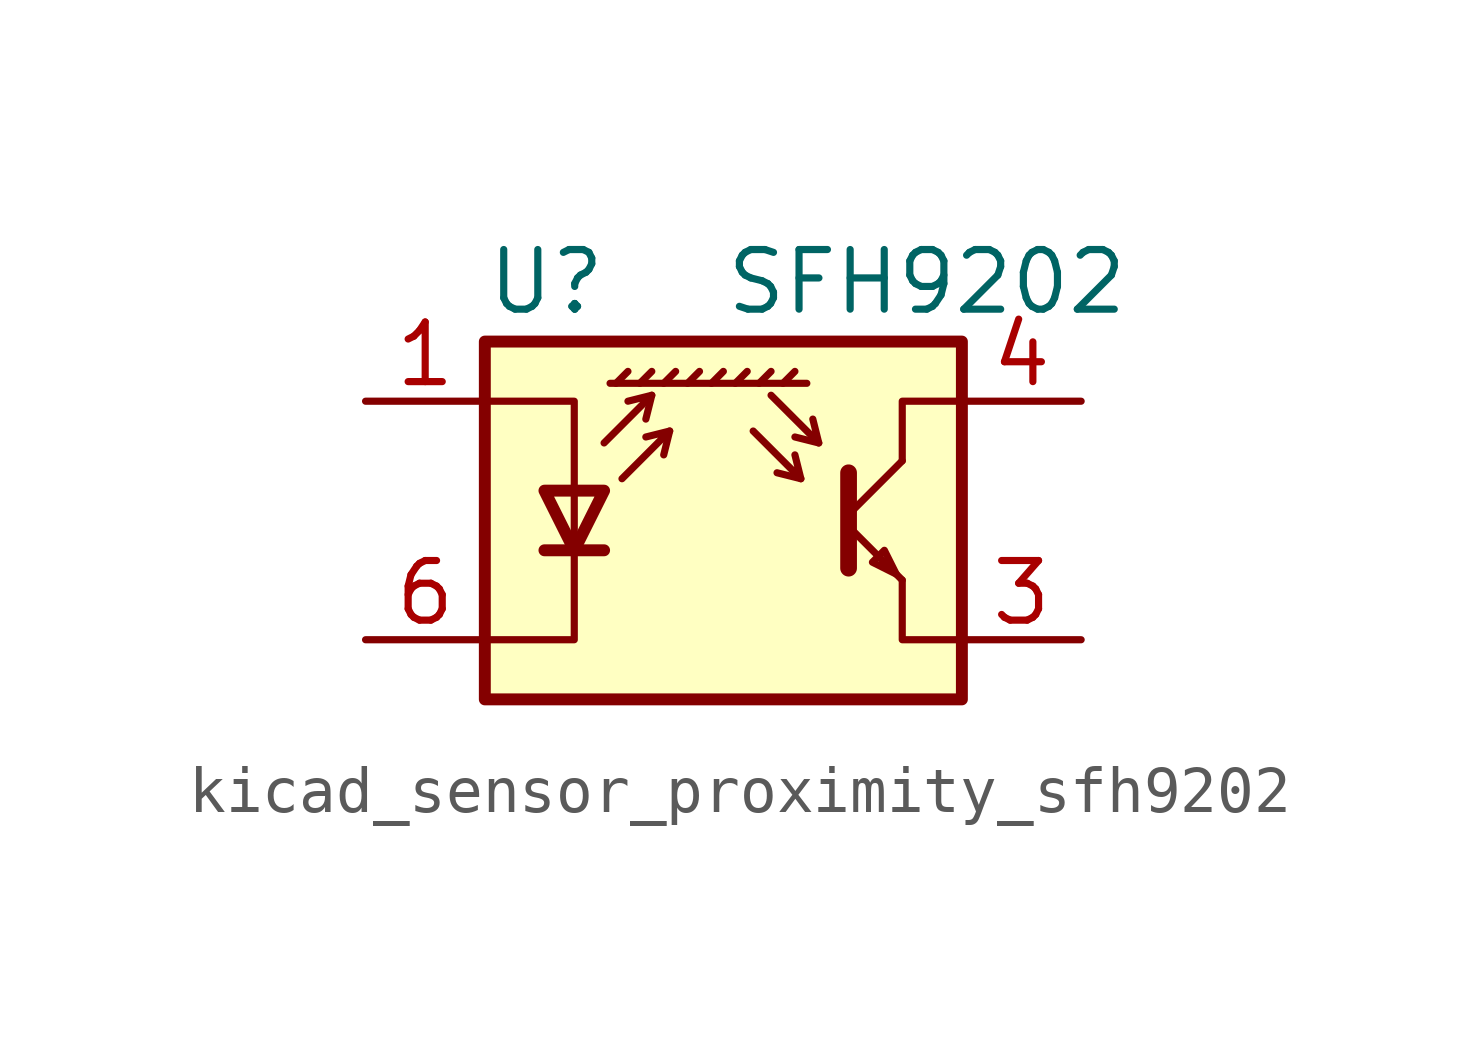
<source format=kicad_sym>
(kicad_symbol_lib
  (version 20220914)
  (generator kicad_symbol_editor)
  (symbol "kicad_sensor_proximity_sfh9202"
    (pin_names
      (offset 0.025) hide)
    (property "Reference" "U"
      (at -5.08 5.08 0)
      (effects (font (size 1.27 1.27)) (justify left)))
    (property "Value" "SFH9202"
      (at 0 5.08 0)
      (effects (font (size 1.27 1.27)) (justify left)))
    (symbol "kicad_sensor_proximity_sfh9202_0_1"
      (polyline (pts (xy -3.81 -0.635) (xy -2.54 -0.635)) (stroke (width 0.254) (type default)) (fill (type none)))
      (polyline (pts (xy -2.286 2.921) (xy -2.032 3.175)) (stroke (width 0) (type default)) (fill (type none)))
      (polyline (pts (xy -1.778 2.921) (xy -1.524 3.175)) (stroke (width 0) (type default)) (fill (type none)))
      (polyline (pts (xy -1.524 2.667) (xy -1.651 2.159)) (stroke (width 0) (type default)) (fill (type none)))
      (polyline (pts (xy -1.27 2.921) (xy -1.016 3.175)) (stroke (width 0) (type default)) (fill (type none)))
      (polyline (pts (xy -1.143 1.905) (xy -1.27 1.397)) (stroke (width 0) (type default)) (fill (type none)))
      (polyline (pts (xy -0.762 2.921) (xy -0.508 3.175)) (stroke (width 0) (type default)) (fill (type none)))
      (polyline (pts (xy -0.254 2.921) (xy 0 3.175)) (stroke (width 0) (type default)) (fill (type none)))
      (polyline (pts (xy 0.254 2.921) (xy 0.508 3.175)) (stroke (width 0) (type default)) (fill (type none)))
      (polyline (pts (xy 0.762 2.921) (xy 1.016 3.175)) (stroke (width 0) (type default)) (fill (type none)))
      (polyline (pts (xy 1.27 2.921) (xy 1.524 3.175)) (stroke (width 0) (type default)) (fill (type none)))
      (polyline (pts (xy 1.651 0.889) (xy 1.143 1.016)) (stroke (width 0) (type default)) (fill (type none)))
      (polyline (pts (xy 1.778 2.921) (xy -2.413 2.921)) (stroke (width 0) (type default)) (fill (type none)))
      (polyline (pts (xy 2.032 1.651) (xy 1.524 1.778)) (stroke (width 0) (type default)) (fill (type none)))
      (polyline (pts (xy 2.667 -0.127) (xy 3.81 -1.27)) (stroke (width 0) (type default)) (fill (type none)))
      (polyline (pts (xy 2.667 0.127) (xy 3.81 1.27)) (stroke (width 0) (type default)) (fill (type none)))
      (polyline (pts (xy -2.54 1.651) (xy -1.524 2.667) (xy -2.032 2.54)) (stroke (width 0) (type default)) (fill (type none)))
      (polyline (pts (xy -2.159 0.889) (xy -1.143 1.905) (xy -1.651 1.778)) (stroke (width 0) (type default)) (fill (type none)))
      (polyline (pts (xy 0.635 1.905) (xy 1.651 0.889) (xy 1.524 1.397)) (stroke (width 0) (type default)) (fill (type none)))
      (polyline (pts (xy 1.016 2.667) (xy 2.032 1.651) (xy 1.905 2.159)) (stroke (width 0) (type default)) (fill (type none)))
      (polyline (pts (xy 2.667 1.016) (xy 2.667 -1.016) (xy 2.667 -1.016)) (stroke (width 0.356) (type default)) (fill (type none)))
      (polyline (pts (xy 3.81 -1.27) (xy 3.81 -2.54) (xy 5.08 -2.54)) (stroke (width 0) (type default)) (fill (type none)))
      (polyline (pts (xy 3.81 1.27) (xy 3.81 2.54) (xy 5.08 2.54)) (stroke (width 0) (type default)) (fill (type none)))
      (polyline (pts (xy -5.08 -2.54) (xy -3.175 -2.54) (xy -3.175 2.54) (xy -5.08 2.54)) (stroke (width 0) (type default)) (fill (type none)))
      (polyline (pts (xy -3.175 -0.635) (xy -3.81 0.635) (xy -2.54 0.635) (xy -3.175 -0.635)) (stroke (width 0.254) (type default)) (fill (type none)))
      (polyline (pts (xy 3.683 -1.143) (xy 3.429 -0.635) (xy 3.175 -0.889) (xy 3.683 -1.143)) (stroke (width 0) (type default)) (fill (type none)))
      (polyline (pts (xy -5.08 -3.81) (xy 5.08 -3.81) (xy 5.08 3.81) (xy -5.08 3.81) (xy -5.08 -3.81)) (stroke (width 0.254) (type default)) (fill (type background))))
    (symbol "kicad_sensor_proximity_sfh9202_1_1"
      (pin passive line (at -7.62 2.54 0) (length 2.54) (name "A" (effects (font (size 1.27 1.27)))) (number "1" (effects (font (size 1.27 1.27)))))
      (pin no_connect line (at -5.08 0 0) (length 2.54) hide (name "NC" (effects (font (size 1.27 1.27)))) (number "2" (effects (font (size 1.27 1.27)))))
      (pin open_emitter line (at 7.62 -2.54 180) (length 2.54) (name "E" (effects (font (size 1.27 1.27)))) (number "3" (effects (font (size 1.27 1.27)))))
      (pin open_collector line (at 7.62 2.54 180) (length 2.54) (name "C" (effects (font (size 1.27 1.27)))) (number "4" (effects (font (size 1.27 1.27)))))
      (pin no_connect line (at 5.08 0 180) (length 2.54) hide (name "NC" (effects (font (size 1.27 1.27)))) (number "5" (effects (font (size 1.27 1.27)))))
      (pin passive line (at -7.62 -2.54 0) (length 2.54) (name "K" (effects (font (size 1.27 1.27)))) (number "6" (effects (font (size 1.27 1.27))))))))
</source>
